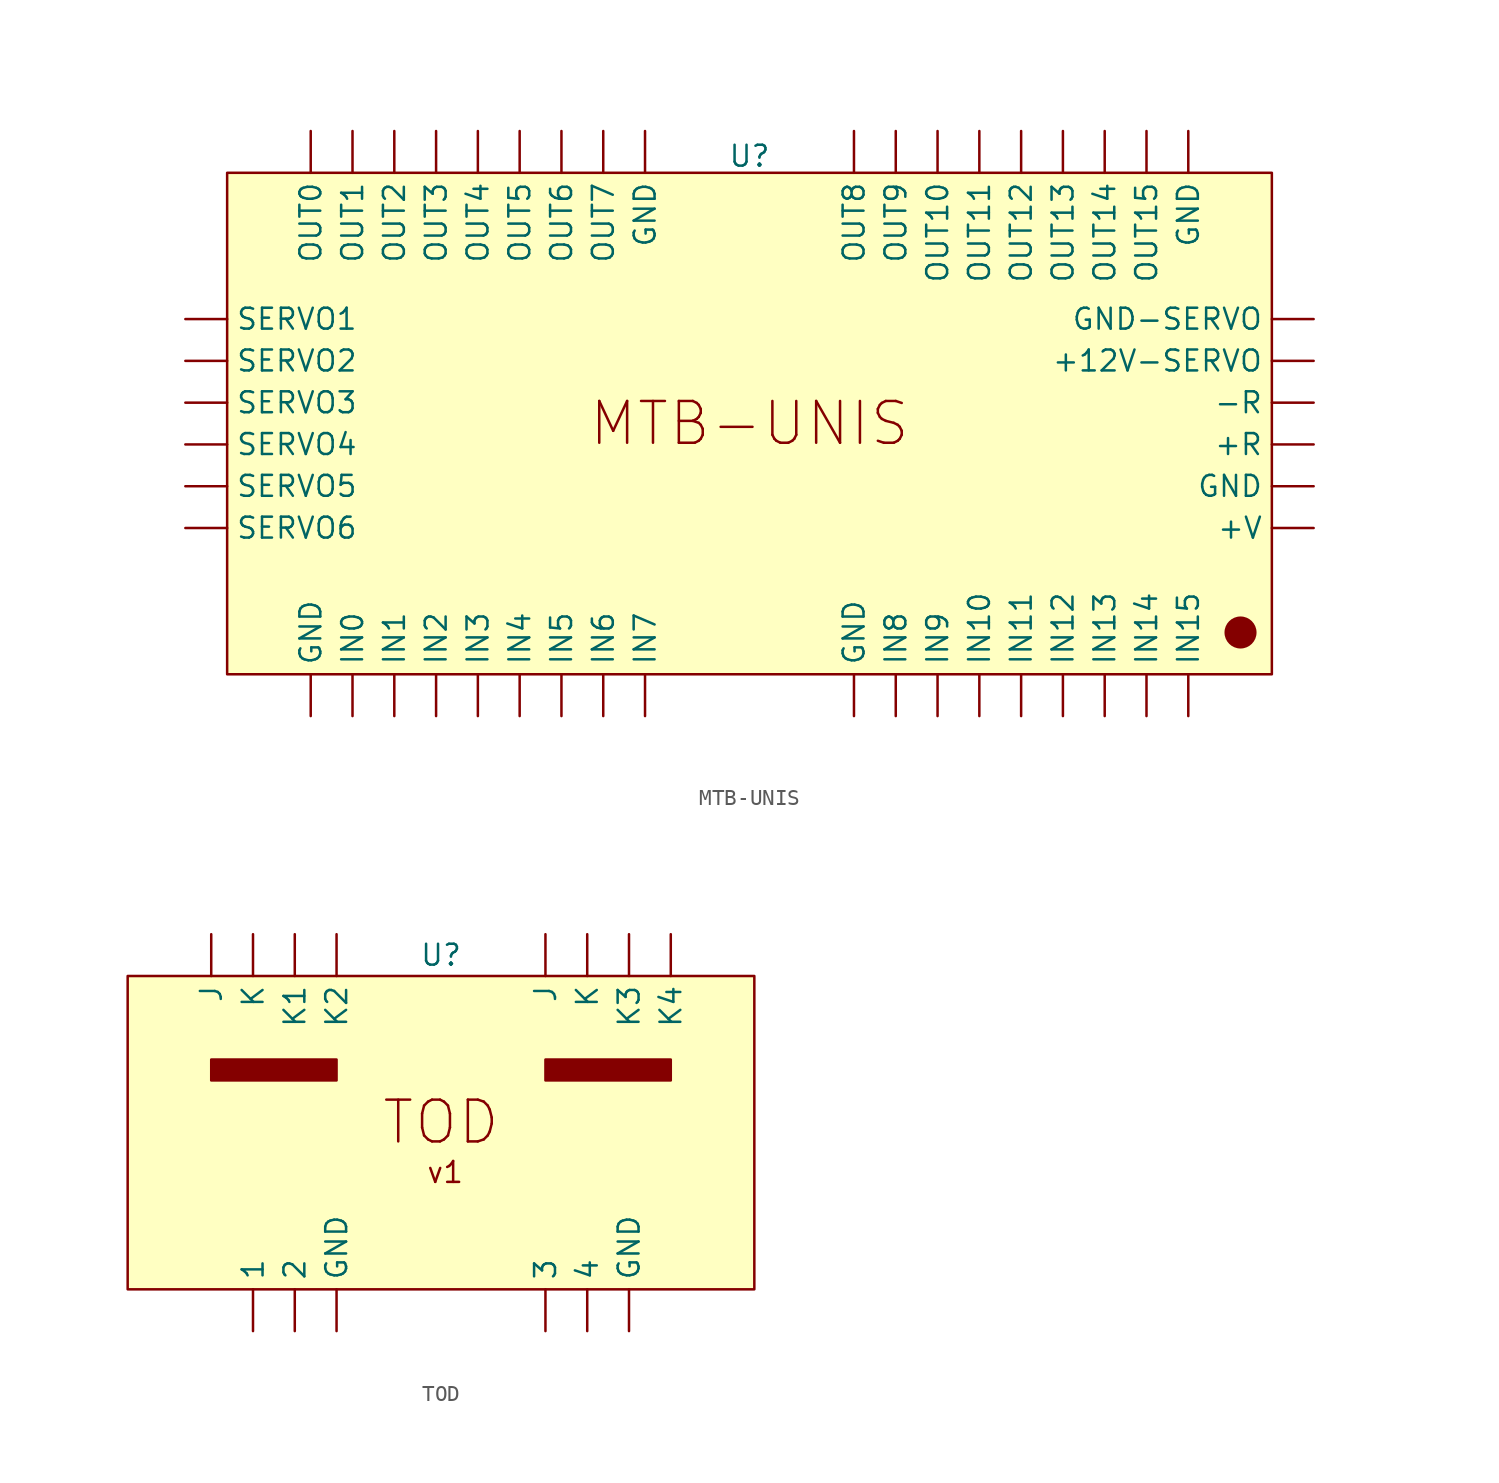
<source format=kicad_sym>
(kicad_symbol_lib
  (version 20231120)
  (generator "kicad_symbol_editor")
  (generator_version "8.0")
  (symbol "MTB-UNIS"
    (property "Reference" "U"
      (at 0 16.256 0)
      (effects (font (size 1.27 1.27))))
    (property "Value" ""
      (at 0 0 0)
      (effects (font (size 1.27 1.27))))
    (symbol "MTB-UNIS_1_1"
      (rectangle (start -31.75 15.24) (end 31.75 -15.24) (stroke (width 0) (type default)) (fill (type background)))
      (circle (center 29.845 -12.7) (radius 0.898) (stroke (width 0) (type default)) (fill (type outline)))
      (text "MTB-UNIS" (at 0 0 0) (effects (font (size 2.54 2.54))))
      (pin input line (at 34.29 3.81 180) (length 2.54) (name "+12V-SERVO" (effects (font (size 1.27 1.27)))) (number "" (effects (font (size 1.27 1.27)))))
      (pin input line (at 34.29 -1.27 180) (length 2.54) (name "+R" (effects (font (size 1.27 1.27)))) (number "" (effects (font (size 1.27 1.27)))))
      (pin input line (at 34.29 -6.35 180) (length 2.54) (name "+V" (effects (font (size 1.27 1.27)))) (number "" (effects (font (size 1.27 1.27)))))
      (pin input line (at 34.29 1.27 180) (length 2.54) (name "-R" (effects (font (size 1.27 1.27)))) (number "" (effects (font (size 1.27 1.27)))))
      (pin bidirectional line (at -26.67 -17.78 90) (length 2.54) (name "GND" (effects (font (size 1.27 1.27)))) (number "" (effects (font (size 1.27 1.27)))))
      (pin bidirectional line (at -6.35 17.78 270) (length 2.54) (name "GND" (effects (font (size 1.27 1.27)))) (number "" (effects (font (size 1.27 1.27)))))
      (pin bidirectional line (at 6.35 -17.78 90) (length 2.54) (name "GND" (effects (font (size 1.27 1.27)))) (number "" (effects (font (size 1.27 1.27)))))
      (pin bidirectional line (at 26.67 17.78 270) (length 2.54) (name "GND" (effects (font (size 1.27 1.27)))) (number "" (effects (font (size 1.27 1.27)))))
      (pin input line (at 34.29 -3.81 180) (length 2.54) (name "GND" (effects (font (size 1.27 1.27)))) (number "" (effects (font (size 1.27 1.27)))))
      (pin input line (at 34.29 6.35 180) (length 2.54) (name "GND-SERVO" (effects (font (size 1.27 1.27)))) (number "" (effects (font (size 1.27 1.27)))))
      (pin input line (at -24.13 -17.78 90) (length 2.54) (name "IN0" (effects (font (size 1.27 1.27)))) (number "" (effects (font (size 1.27 1.27)))))
      (pin input line (at -21.59 -17.78 90) (length 2.54) (name "IN1" (effects (font (size 1.27 1.27)))) (number "" (effects (font (size 1.27 1.27)))))
      (pin input line (at 13.97 -17.78 90) (length 2.54) (name "IN10" (effects (font (size 1.27 1.27)))) (number "" (effects (font (size 1.27 1.27)))))
      (pin input line (at 16.51 -17.78 90) (length 2.54) (name "IN11" (effects (font (size 1.27 1.27)))) (number "" (effects (font (size 1.27 1.27)))))
      (pin input line (at 19.05 -17.78 90) (length 2.54) (name "IN12" (effects (font (size 1.27 1.27)))) (number "" (effects (font (size 1.27 1.27)))))
      (pin input line (at 21.59 -17.78 90) (length 2.54) (name "IN13" (effects (font (size 1.27 1.27)))) (number "" (effects (font (size 1.27 1.27)))))
      (pin input line (at 24.13 -17.78 90) (length 2.54) (name "IN14" (effects (font (size 1.27 1.27)))) (number "" (effects (font (size 1.27 1.27)))))
      (pin input line (at 26.67 -17.78 90) (length 2.54) (name "IN15" (effects (font (size 1.27 1.27)))) (number "" (effects (font (size 1.27 1.27)))))
      (pin input line (at -19.05 -17.78 90) (length 2.54) (name "IN2" (effects (font (size 1.27 1.27)))) (number "" (effects (font (size 1.27 1.27)))))
      (pin input line (at -16.51 -17.78 90) (length 2.54) (name "IN3" (effects (font (size 1.27 1.27)))) (number "" (effects (font (size 1.27 1.27)))))
      (pin input line (at -13.97 -17.78 90) (length 2.54) (name "IN4" (effects (font (size 1.27 1.27)))) (number "" (effects (font (size 1.27 1.27)))))
      (pin input line (at -11.43 -17.78 90) (length 2.54) (name "IN5" (effects (font (size 1.27 1.27)))) (number "" (effects (font (size 1.27 1.27)))))
      (pin input line (at -8.89 -17.78 90) (length 2.54) (name "IN6" (effects (font (size 1.27 1.27)))) (number "" (effects (font (size 1.27 1.27)))))
      (pin input line (at -6.35 -17.78 90) (length 2.54) (name "IN7" (effects (font (size 1.27 1.27)))) (number "" (effects (font (size 1.27 1.27)))))
      (pin input line (at 8.89 -17.78 90) (length 2.54) (name "IN8" (effects (font (size 1.27 1.27)))) (number "" (effects (font (size 1.27 1.27)))))
      (pin input line (at 11.43 -17.78 90) (length 2.54) (name "IN9" (effects (font (size 1.27 1.27)))) (number "" (effects (font (size 1.27 1.27)))))
      (pin output line (at -26.67 17.78 270) (length 2.54) (name "OUT0" (effects (font (size 1.27 1.27)))) (number "" (effects (font (size 1.27 1.27)))))
      (pin output line (at -24.13 17.78 270) (length 2.54) (name "OUT1" (effects (font (size 1.27 1.27)))) (number "" (effects (font (size 1.27 1.27)))))
      (pin output line (at 11.43 17.78 270) (length 2.54) (name "OUT10" (effects (font (size 1.27 1.27)))) (number "" (effects (font (size 1.27 1.27)))))
      (pin output line (at 13.97 17.78 270) (length 2.54) (name "OUT11" (effects (font (size 1.27 1.27)))) (number "" (effects (font (size 1.27 1.27)))))
      (pin output line (at 16.51 17.78 270) (length 2.54) (name "OUT12" (effects (font (size 1.27 1.27)))) (number "" (effects (font (size 1.27 1.27)))))
      (pin output line (at 19.05 17.78 270) (length 2.54) (name "OUT13" (effects (font (size 1.27 1.27)))) (number "" (effects (font (size 1.27 1.27)))))
      (pin output line (at 21.59 17.78 270) (length 2.54) (name "OUT14" (effects (font (size 1.27 1.27)))) (number "" (effects (font (size 1.27 1.27)))))
      (pin output line (at 24.13 17.78 270) (length 2.54) (name "OUT15" (effects (font (size 1.27 1.27)))) (number "" (effects (font (size 1.27 1.27)))))
      (pin output line (at -21.59 17.78 270) (length 2.54) (name "OUT2" (effects (font (size 1.27 1.27)))) (number "" (effects (font (size 1.27 1.27)))))
      (pin output line (at -19.05 17.78 270) (length 2.54) (name "OUT3" (effects (font (size 1.27 1.27)))) (number "" (effects (font (size 1.27 1.27)))))
      (pin output line (at -16.51 17.78 270) (length 2.54) (name "OUT4" (effects (font (size 1.27 1.27)))) (number "" (effects (font (size 1.27 1.27)))))
      (pin output line (at -13.97 17.78 270) (length 2.54) (name "OUT5" (effects (font (size 1.27 1.27)))) (number "" (effects (font (size 1.27 1.27)))))
      (pin output line (at -11.43 17.78 270) (length 2.54) (name "OUT6" (effects (font (size 1.27 1.27)))) (number "" (effects (font (size 1.27 1.27)))))
      (pin output line (at -8.89 17.78 270) (length 2.54) (name "OUT7" (effects (font (size 1.27 1.27)))) (number "" (effects (font (size 1.27 1.27)))))
      (pin output line (at 6.35 17.78 270) (length 2.54) (name "OUT8" (effects (font (size 1.27 1.27)))) (number "" (effects (font (size 1.27 1.27)))))
      (pin output line (at 8.89 17.78 270) (length 2.54) (name "OUT9" (effects (font (size 1.27 1.27)))) (number "" (effects (font (size 1.27 1.27)))))
      (pin output line (at -34.29 6.35 0) (length 2.54) (name "SERVO1" (effects (font (size 1.27 1.27)))) (number "" (effects (font (size 1.27 1.27)))))
      (pin output line (at -34.29 3.81 0) (length 2.54) (name "SERVO2" (effects (font (size 1.27 1.27)))) (number "" (effects (font (size 1.27 1.27)))))
      (pin output line (at -34.29 1.27 0) (length 2.54) (name "SERVO3" (effects (font (size 1.27 1.27)))) (number "" (effects (font (size 1.27 1.27)))))
      (pin output line (at -34.29 -1.27 0) (length 2.54) (name "SERVO4" (effects (font (size 1.27 1.27)))) (number "" (effects (font (size 1.27 1.27)))))
      (pin output line (at -34.29 -3.81 0) (length 2.54) (name "SERVO5" (effects (font (size 1.27 1.27)))) (number "" (effects (font (size 1.27 1.27)))))
      (pin output line (at -34.29 -6.35 0) (length 2.54) (name "SERVO6" (effects (font (size 1.27 1.27)))) (number "" (effects (font (size 1.27 1.27)))))))
  (symbol "TOD"
    (property "Reference" "U"
      (at 0 11.43 0)
      (effects (font (size 1.27 1.27))))
    (property "Value" ""
      (at 0 3.81 0)
      (effects (font (size 1.27 1.27))))
    (symbol "TOD_1_1"
      (rectangle (start -19.05 10.16) (end 19.05 -8.89) (stroke (width 0) (type default)) (fill (type background)))
      (rectangle (start -13.97 5.08) (end -6.35 3.81) (stroke (width 0) (type default)) (fill (type outline)))
      (rectangle (start 6.35 5.08) (end 13.97 3.81) (stroke (width 0) (type default)) (fill (type outline)))
      (text "TOD" (at 0 1.27 0) (effects (font (size 2.54 2.54))))
      (text "v1" (at 0.254 -1.778 0) (effects (font (size 1.27 1.27))))
      (pin output line (at -11.43 -11.43 90) (length 2.54) (name "1" (effects (font (size 1.27 1.27)))) (number "" (effects (font (size 1.27 1.27)))))
      (pin output line (at -8.89 -11.43 90) (length 2.54) (name "2" (effects (font (size 1.27 1.27)))) (number "" (effects (font (size 1.27 1.27)))))
      (pin output line (at 6.35 -11.43 90) (length 2.54) (name "3" (effects (font (size 1.27 1.27)))) (number "" (effects (font (size 1.27 1.27)))))
      (pin output line (at 8.89 -11.43 90) (length 2.54) (name "4" (effects (font (size 1.27 1.27)))) (number "" (effects (font (size 1.27 1.27)))))
      (pin bidirectional line (at -6.35 -11.43 90) (length 2.54) (name "GND" (effects (font (size 1.27 1.27)))) (number "" (effects (font (size 1.27 1.27)))))
      (pin bidirectional line (at 11.43 -11.43 90) (length 2.54) (name "GND" (effects (font (size 1.27 1.27)))) (number "" (effects (font (size 1.27 1.27)))))
      (pin bidirectional line (at -13.97 12.7 270) (length 2.54) (name "J" (effects (font (size 1.27 1.27)))) (number "" (effects (font (size 1.27 1.27)))))
      (pin bidirectional line (at 6.35 12.7 270) (length 2.54) (name "J" (effects (font (size 1.27 1.27)))) (number "" (effects (font (size 1.27 1.27)))))
      (pin bidirectional line (at -11.43 12.7 270) (length 2.54) (name "K" (effects (font (size 1.27 1.27)))) (number "" (effects (font (size 1.27 1.27)))))
      (pin bidirectional line (at 8.89 12.7 270) (length 2.54) (name "K" (effects (font (size 1.27 1.27)))) (number "" (effects (font (size 1.27 1.27)))))
      (pin output line (at -8.89 12.7 270) (length 2.54) (name "K1" (effects (font (size 1.27 1.27)))) (number "" (effects (font (size 1.27 1.27)))))
      (pin output line (at -6.35 12.7 270) (length 2.54) (name "K2" (effects (font (size 1.27 1.27)))) (number "" (effects (font (size 1.27 1.27)))))
      (pin output line (at 11.43 12.7 270) (length 2.54) (name "K3" (effects (font (size 1.27 1.27)))) (number "" (effects (font (size 1.27 1.27)))))
      (pin output line (at 13.97 12.7 270) (length 2.54) (name "K4" (effects (font (size 1.27 1.27)))) (number "" (effects (font (size 1.27 1.27))))))))
</source>
